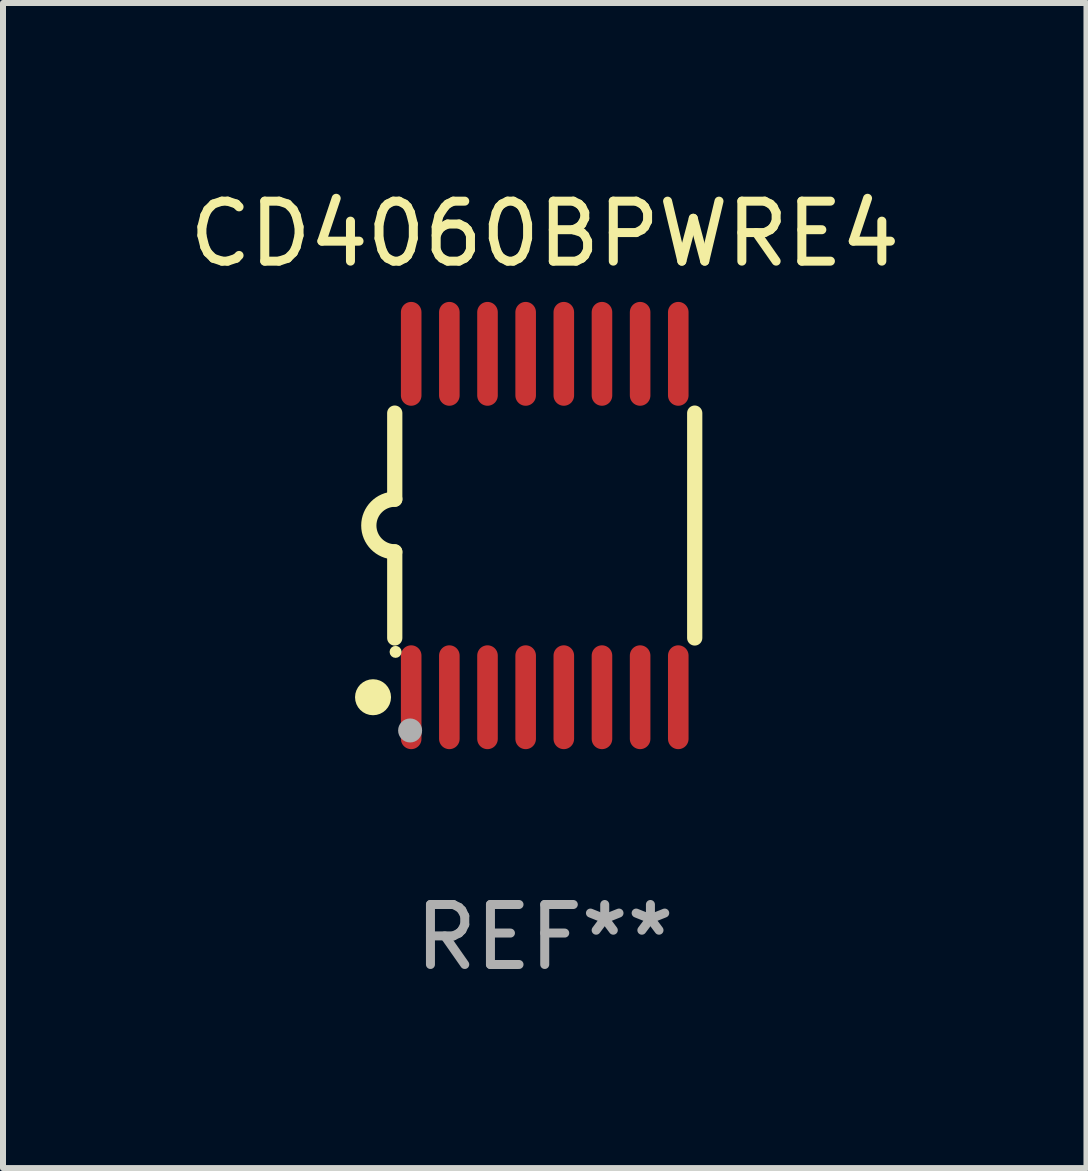
<source format=kicad_pcb>
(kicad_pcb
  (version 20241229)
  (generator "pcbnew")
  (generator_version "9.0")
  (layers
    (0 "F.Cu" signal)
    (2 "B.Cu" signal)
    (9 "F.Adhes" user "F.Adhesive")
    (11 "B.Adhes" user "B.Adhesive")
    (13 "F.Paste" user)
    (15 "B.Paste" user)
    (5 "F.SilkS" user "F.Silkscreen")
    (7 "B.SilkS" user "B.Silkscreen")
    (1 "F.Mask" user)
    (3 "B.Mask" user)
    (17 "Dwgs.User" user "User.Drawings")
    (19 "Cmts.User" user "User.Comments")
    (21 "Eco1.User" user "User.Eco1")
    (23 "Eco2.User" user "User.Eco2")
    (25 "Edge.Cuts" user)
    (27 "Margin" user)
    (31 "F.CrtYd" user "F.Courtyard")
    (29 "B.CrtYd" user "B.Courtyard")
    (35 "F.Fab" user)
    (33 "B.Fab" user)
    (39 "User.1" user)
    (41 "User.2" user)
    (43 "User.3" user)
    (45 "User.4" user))
  (footprint "CD4060BPWRE4"
    (layer "F.Cu")
    (at 6.03 5.71)
    (property "Reference" "CD4060BPWRE4" (at 0 -4.862 0) (layer "F.SilkS") (effects (font (size 1 1) (thickness 0.15))))
    (attr through_hole)
    (fp_line (start -2.5 -1.874) (end -2.5 -0.439) (stroke (width 0.254) (type solid)) (layer "F.SilkS"))
    (fp_line (start -2.5 1.874) (end -2.5 0.439) (stroke (width 0.254) (type solid)) (layer "F.SilkS"))
    (fp_line (start 2.5 -1.874) (end 2.5 1.874) (stroke (width 0.254) (type solid)) (layer "F.SilkS"))
    (fp_arc (start -2.5 0.438989) (mid -2.938633 -0.000597) (end -2.499365 -0.439547) (stroke (width 0.254001) (type solid)) (layer "F.SilkS"))
    (fp_circle (center -2.862 2.862) (end -2.712 2.862) (stroke (width 0.3) (type solid)) (fill no) (layer "F.SilkS"))
    (fp_circle (center -2.486 2.106) (end -2.436 2.106) (stroke (width 0.1) (type solid)) (fill no) (layer "F.SilkS"))
    (fp_circle (center -2.244 3.416) (end -2.144 3.416) (stroke (width 0.2) (type solid)) (fill no) (layer "F.Fab"))
    (fp_text user "REF**" (at 0 6.862 0) (layer "F.Fab") (effects (font (size 1 1) (thickness 0.15))))
    (pad "1" smd oval (at -2.226 2.862) (size 0.343 1.731) (layers "F.Cu" "F.Mask" "F.Paste"))
    (pad "2" smd oval (at -1.59 2.862) (size 0.343 1.731) (layers "F.Cu" "F.Mask" "F.Paste"))
    (pad "3" smd oval (at -0.954 2.862) (size 0.343 1.731) (layers "F.Cu" "F.Mask" "F.Paste"))
    (pad "4" smd oval (at -0.318 2.862) (size 0.343 1.731) (layers "F.Cu" "F.Mask" "F.Paste"))
    (pad "5" smd oval (at 0.318 2.862) (size 0.343 1.731) (layers "F.Cu" "F.Mask" "F.Paste"))
    (pad "6" smd oval (at 0.954 2.862) (size 0.343 1.731) (layers "F.Cu" "F.Mask" "F.Paste"))
    (pad "7" smd oval (at 1.59 2.862) (size 0.343 1.731) (layers "F.Cu" "F.Mask" "F.Paste"))
    (pad "8" smd oval (at 2.226 2.862) (size 0.343 1.731) (layers "F.Cu" "F.Mask" "F.Paste"))
    (pad "9" smd oval (at 2.226 -2.862) (size 0.343 1.731) (layers "F.Cu" "F.Mask" "F.Paste"))
    (pad "10" smd oval (at 1.59 -2.862) (size 0.343 1.731) (layers "F.Cu" "F.Mask" "F.Paste"))
    (pad "11" smd oval (at 0.954 -2.862) (size 0.343 1.731) (layers "F.Cu" "F.Mask" "F.Paste"))
    (pad "12" smd oval (at 0.318 -2.862) (size 0.343 1.731) (layers "F.Cu" "F.Mask" "F.Paste"))
    (pad "13" smd oval (at -0.318 -2.862) (size 0.343 1.731) (layers "F.Cu" "F.Mask" "F.Paste"))
    (pad "14" smd oval (at -0.954 -2.862) (size 0.343 1.731) (layers "F.Cu" "F.Mask" "F.Paste"))
    (pad "15" smd oval (at -1.59 -2.862) (size 0.343 1.731) (layers "F.Cu" "F.Mask" "F.Paste"))
    (pad "16" smd oval (at -2.226 -2.862) (size 0.343 1.731) (layers "F.Cu" "F.Mask" "F.Paste")))
  (gr_rect
    (start -3 -3)
    (end 15.06 16.42)
    (stroke (width 0.1) (type default))
    (fill no)
    (layer "Edge.Cuts")))
</source>
